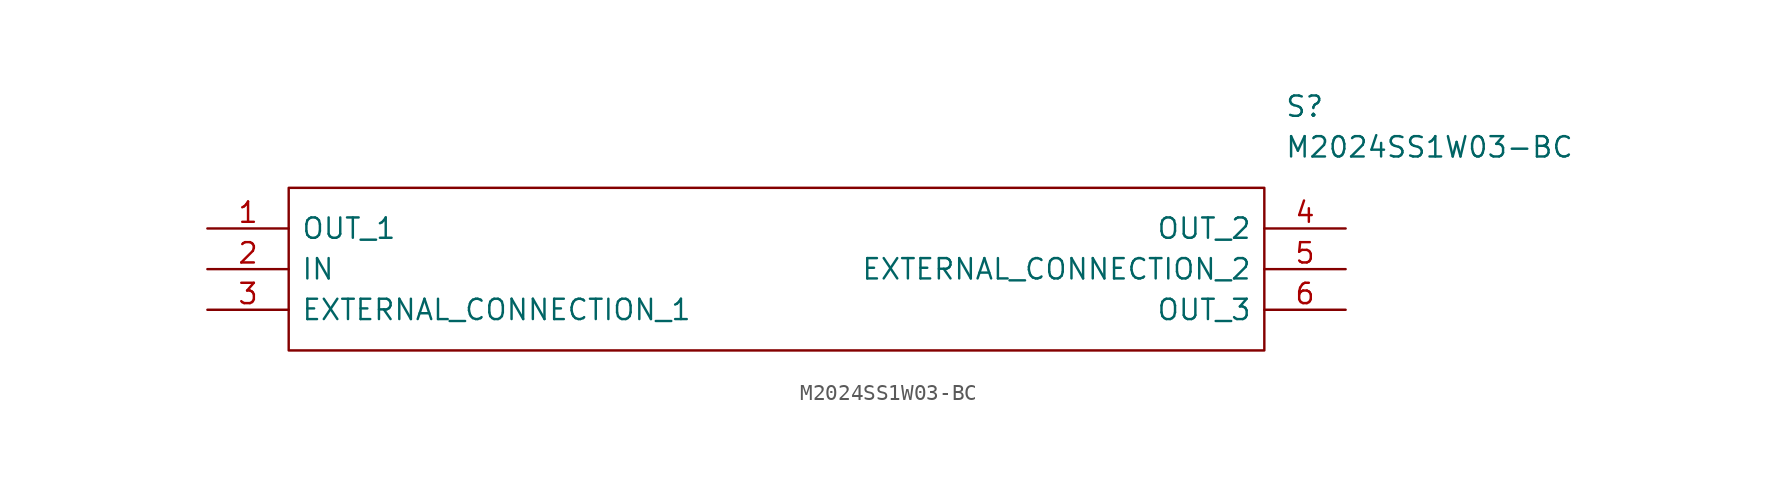
<source format=kicad_sym>
(kicad_symbol_lib
  (version 20211014)
  (generator kicad_symbol_editor)
  (symbol "M2024SS1W03-BC"
    (pin_names
      (offset 0.762))
    (property "Reference" "S"
      (at 67.31 7.62 0)
      (effects (font (size 1.27 1.27)) (justify left)))
    (property "Value" "M2024SS1W03-BC"
      (at 67.31 5.08 0)
      (effects (font (size 1.27 1.27)) (justify left)))
    (symbol "M2024SS1W03-BC_0_0"
      (pin passive line (at 0 0 0) (length 5.08) (name "OUT_1" (effects (font (size 1.27 1.27)))) (number "1" (effects (font (size 1.27 1.27)))))
      (pin passive line (at 0 -2.54 0) (length 5.08) (name "IN" (effects (font (size 1.27 1.27)))) (number "2" (effects (font (size 1.27 1.27)))))
      (pin passive line (at 0 -5.08 0) (length 5.08) (name "EXTERNAL_CONNECTION_1" (effects (font (size 1.27 1.27)))) (number "3" (effects (font (size 1.27 1.27)))))
      (pin passive line (at 71.12 0 180) (length 5.08) (name "OUT_2" (effects (font (size 1.27 1.27)))) (number "4" (effects (font (size 1.27 1.27)))))
      (pin passive line (at 71.12 -2.54 180) (length 5.08) (name "EXTERNAL_CONNECTION_2" (effects (font (size 1.27 1.27)))) (number "5" (effects (font (size 1.27 1.27)))))
      (pin passive line (at 71.12 -5.08 180) (length 5.08) (name "OUT_3" (effects (font (size 1.27 1.27)))) (number "6" (effects (font (size 1.27 1.27))))))
    (symbol "M2024SS1W03-BC_0_1"
      (polyline (pts (xy 5.08 2.54) (xy 66.04 2.54) (xy 66.04 -7.62) (xy 5.08 -7.62) (xy 5.08 2.54)) (stroke (width 0.152) (type default) (color 0 0 0 0)) (fill (type none))))))
</source>
